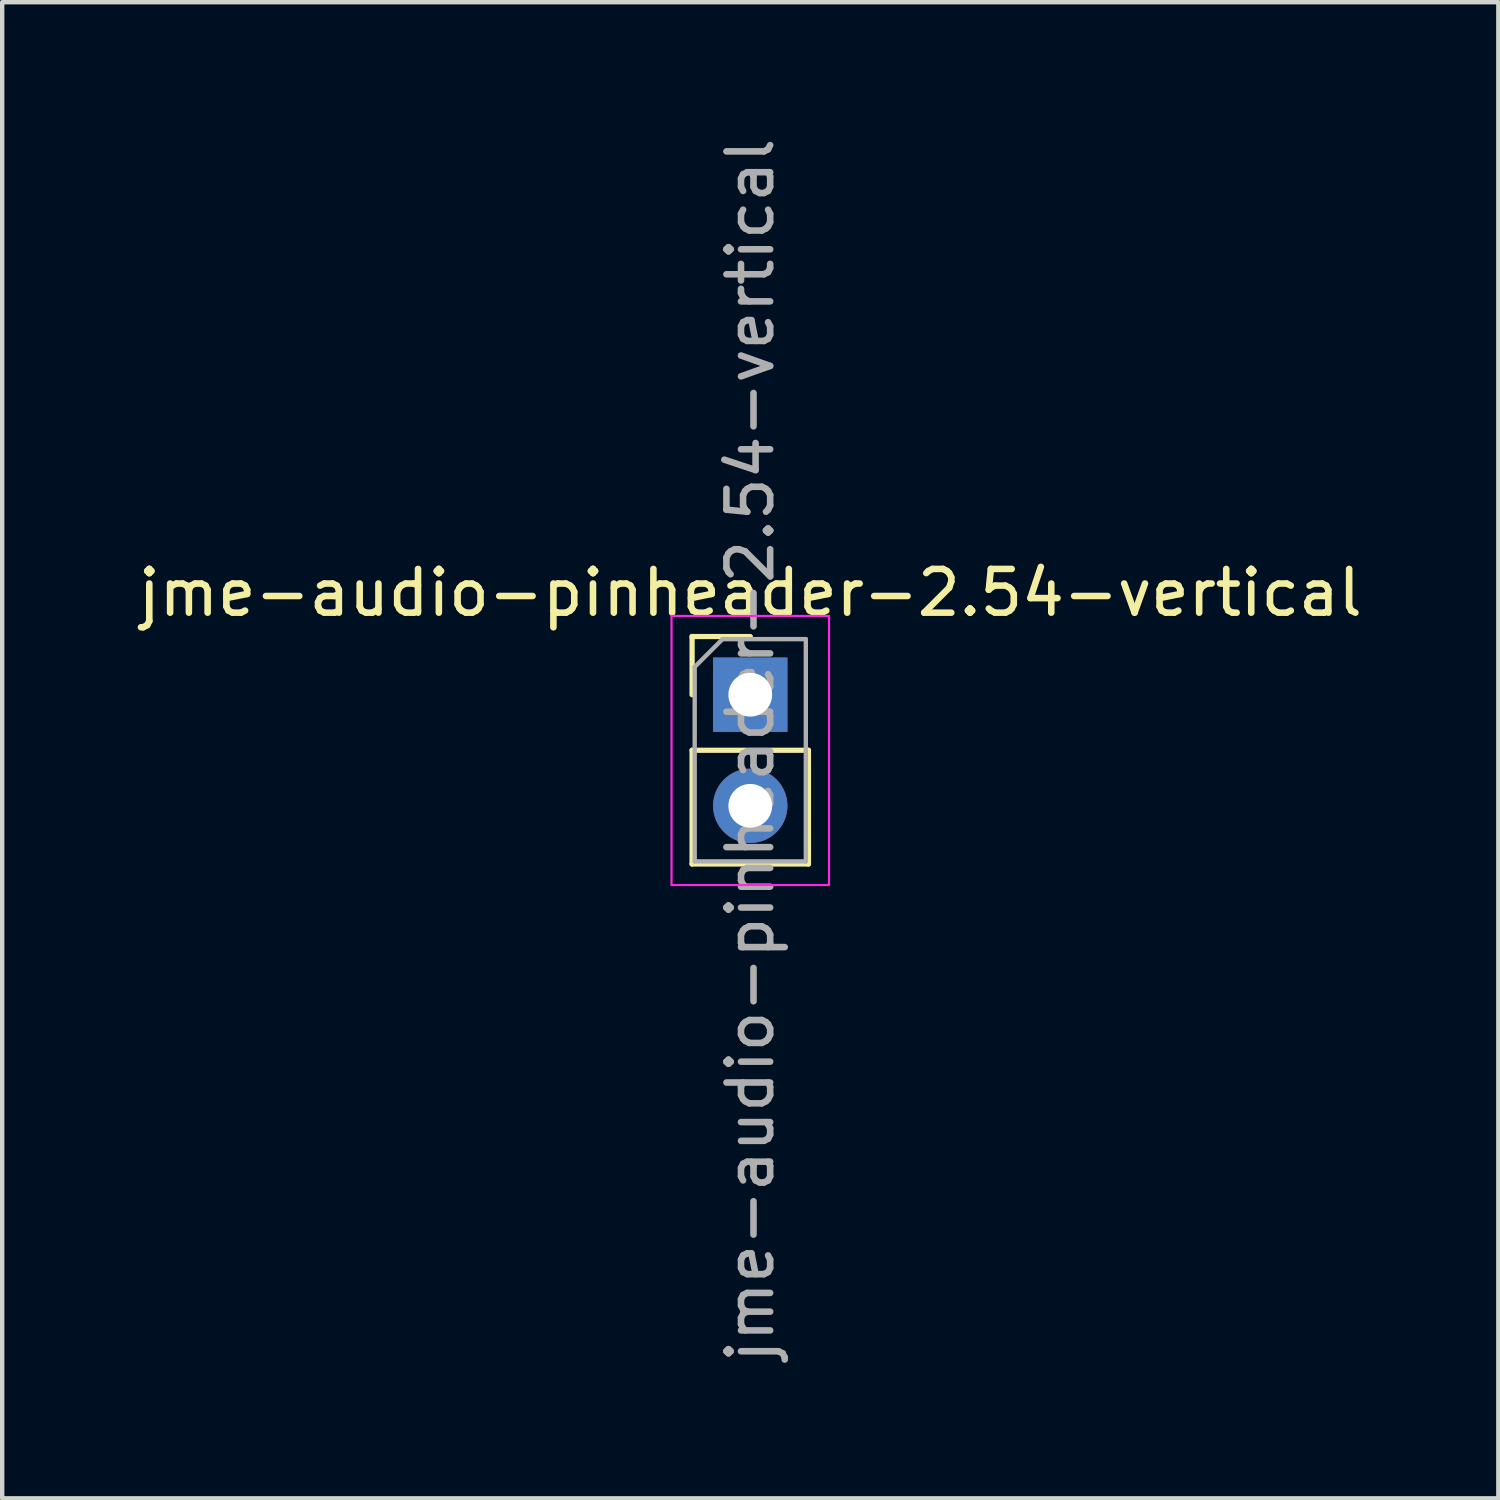
<source format=kicad_pcb>
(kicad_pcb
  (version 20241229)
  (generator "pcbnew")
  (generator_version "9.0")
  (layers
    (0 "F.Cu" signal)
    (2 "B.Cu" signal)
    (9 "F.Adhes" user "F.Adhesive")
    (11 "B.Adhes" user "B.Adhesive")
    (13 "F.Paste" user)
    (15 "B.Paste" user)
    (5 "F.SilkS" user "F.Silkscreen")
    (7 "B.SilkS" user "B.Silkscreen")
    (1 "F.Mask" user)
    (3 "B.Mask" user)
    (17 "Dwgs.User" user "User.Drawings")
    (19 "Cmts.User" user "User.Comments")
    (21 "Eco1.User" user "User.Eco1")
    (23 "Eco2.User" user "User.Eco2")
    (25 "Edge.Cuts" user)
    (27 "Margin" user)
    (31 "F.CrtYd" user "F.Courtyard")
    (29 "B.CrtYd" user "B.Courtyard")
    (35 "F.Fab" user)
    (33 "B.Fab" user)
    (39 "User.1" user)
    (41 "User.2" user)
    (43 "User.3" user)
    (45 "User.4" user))
  (footprint "jme-audio-pinheader-2.54-vertical"
    (layer "F.Cu")
    (at 14.101 12.831)
    (property "Reference" "jme-audio-pinheader-2.54-vertical" (at 0 -2.33 0) (layer "F.SilkS") (effects (font (size 1 1) (thickness 0.15))))
    (attr through_hole)
    (fp_line (start -1.33 -1.33) (end 0 -1.33) (stroke (width 0.12) (type solid)) (layer "F.SilkS"))
    (fp_line (start -1.33 0) (end -1.33 -1.33) (stroke (width 0.12) (type solid)) (layer "F.SilkS"))
    (fp_line (start -1.33 1.27) (end -1.33 3.87) (stroke (width 0.12) (type solid)) (layer "F.SilkS"))
    (fp_line (start -1.33 1.27) (end 1.33 1.27) (stroke (width 0.12) (type solid)) (layer "F.SilkS"))
    (fp_line (start -1.33 3.87) (end 1.33 3.87) (stroke (width 0.12) (type solid)) (layer "F.SilkS"))
    (fp_line (start 1.33 1.27) (end 1.33 3.87) (stroke (width 0.12) (type solid)) (layer "F.SilkS"))
    (fp_line (start -1.8 -1.8) (end -1.8 4.35) (stroke (width 0.05) (type solid)) (layer "F.CrtYd"))
    (fp_line (start -1.8 4.35) (end 1.8 4.35) (stroke (width 0.05) (type solid)) (layer "F.CrtYd"))
    (fp_line (start 1.8 -1.8) (end -1.8 -1.8) (stroke (width 0.05) (type solid)) (layer "F.CrtYd"))
    (fp_line (start 1.8 4.35) (end 1.8 -1.8) (stroke (width 0.05) (type solid)) (layer "F.CrtYd"))
    (fp_line (start -1.27 -0.635) (end -0.635 -1.27) (stroke (width 0.1) (type solid)) (layer "F.Fab"))
    (fp_line (start -1.27 3.81) (end -1.27 -0.635) (stroke (width 0.1) (type solid)) (layer "F.Fab"))
    (fp_line (start -0.635 -1.27) (end 1.27 -1.27) (stroke (width 0.1) (type solid)) (layer "F.Fab"))
    (fp_line (start 1.27 -1.27) (end 1.27 3.81) (stroke (width 0.1) (type solid)) (layer "F.Fab"))
    (fp_line (start 1.27 3.81) (end -1.27 3.81) (stroke (width 0.1) (type solid)) (layer "F.Fab"))
    (fp_text user "${REFERENCE}" (at 0 1.27 90) (layer "F.Fab") (effects (font (size 1 1) (thickness 0.15))))
    (pad "S" thru_hole rect (at 0 0) (size 1.7 1.7) (drill 1) (layers "*.Cu" "*.Mask"))
    (pad "T" thru_hole oval (at 0 2.54) (size 1.7 1.7) (drill 1) (layers "*.Cu" "*.Mask")))
  (gr_rect
    (start -3 -3)
    (end 31.202 31.202)
    (stroke (width 0.1) (type default))
    (fill no)
    (layer "Edge.Cuts")))
</source>
